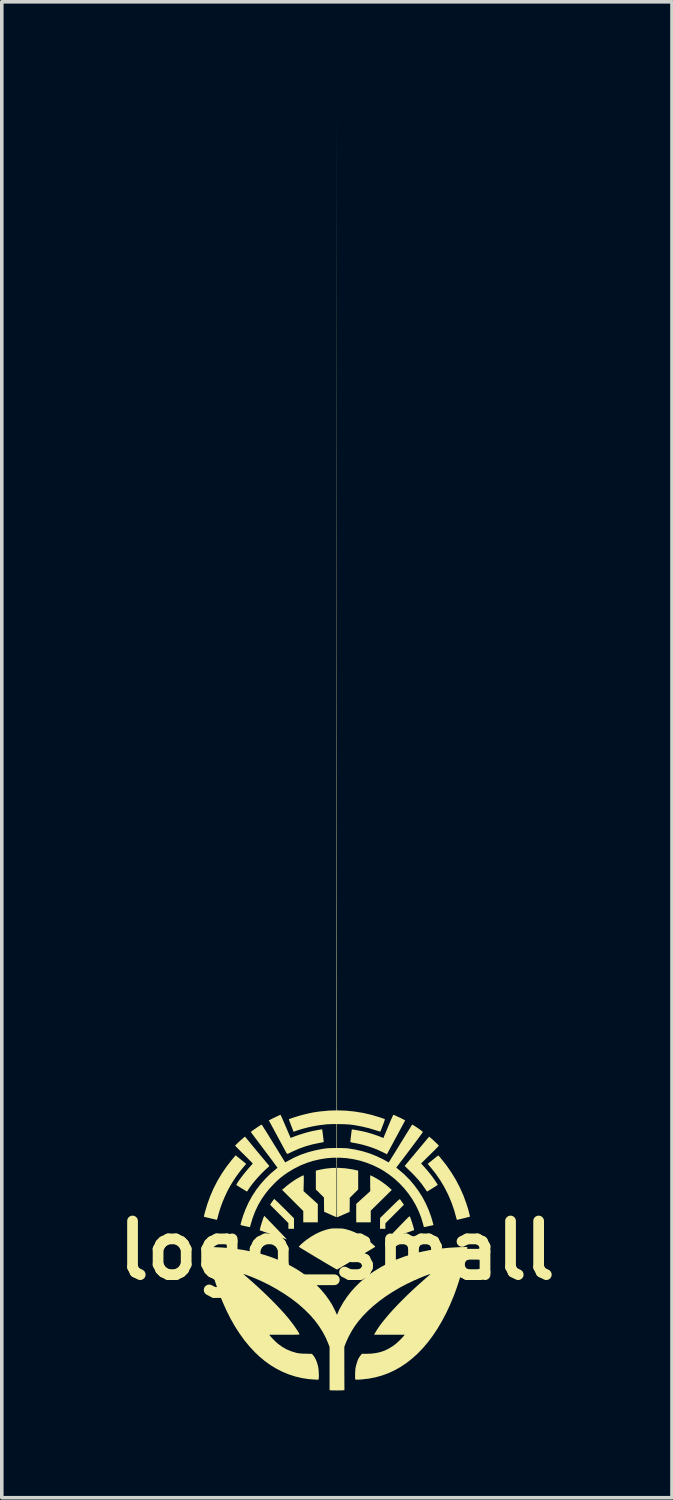
<source format=kicad_pcb>
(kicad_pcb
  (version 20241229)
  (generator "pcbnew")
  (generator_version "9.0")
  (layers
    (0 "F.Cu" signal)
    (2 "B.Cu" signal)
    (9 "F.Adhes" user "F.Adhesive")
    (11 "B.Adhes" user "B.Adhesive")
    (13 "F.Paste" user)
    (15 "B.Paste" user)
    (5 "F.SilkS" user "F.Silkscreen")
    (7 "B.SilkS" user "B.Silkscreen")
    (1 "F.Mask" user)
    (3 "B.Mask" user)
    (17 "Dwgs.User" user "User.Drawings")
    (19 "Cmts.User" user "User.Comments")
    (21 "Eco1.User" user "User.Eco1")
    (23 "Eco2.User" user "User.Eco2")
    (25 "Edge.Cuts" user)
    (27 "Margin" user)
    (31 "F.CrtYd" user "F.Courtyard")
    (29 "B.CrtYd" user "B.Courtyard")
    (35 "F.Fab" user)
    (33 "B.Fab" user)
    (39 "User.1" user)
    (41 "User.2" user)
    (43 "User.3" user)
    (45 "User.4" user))
  (footprint "logo_small"
    (layer "F.Cu")
    (at 6.371 31.919)
    (property "Reference" "logo_small" (at 0 0 0) (layer "F.SilkS") (effects (font (size 1.5 1.5) (thickness 0.3))))
    (attr board_only exclude_from_pos_files exclude_from_bom)
    (fp_poly (pts (xy -1.747 -1.434) (xy -1.73 -1.42) (xy -1.704 -1.396) (xy -1.671 -1.365) (xy -1.63 -1.326) (xy -1.585 -1.282) (xy -1.534 -1.232) (xy -1.481 -1.179) (xy -1.472 -1.171) (xy -1.199 -0.897) (xy -1.199 -0.75) (xy -1.199 -0.603) (xy -1.277 -0.603) (xy -1.356 -0.603) (xy -1.356 -0.684) (xy -1.356 -0.764) (xy -1.612 -1.02) (xy -1.868 -1.277) (xy -1.815 -1.355) (xy -1.794 -1.386) (xy -1.775 -1.412) (xy -1.761 -1.431) (xy -1.754 -1.439) (xy -1.754 -1.439)) (stroke (width 0) (type solid)) (fill yes) (layer "F.SilkS"))
    (fp_poly (pts (xy 1.766 -1.43) (xy 1.767 -1.429) (xy 1.776 -1.417) (xy 1.792 -1.395) (xy 1.812 -1.367) (xy 1.827 -1.345) (xy 1.875 -1.276) (xy 1.615 -1.016) (xy 1.356 -0.756) (xy 1.356 -0.68) (xy 1.356 -0.603) (xy 1.281 -0.603) (xy 1.207 -0.603) (xy 1.207 -0.754) (xy 1.208 -0.905) (xy 1.482 -1.175) (xy 1.544 -1.236) (xy 1.597 -1.287) (xy 1.64 -1.329) (xy 1.674 -1.363) (xy 1.702 -1.388) (xy 1.723 -1.407) (xy 1.739 -1.42) (xy 1.75 -1.428) (xy 1.758 -1.432) (xy 1.763 -1.433)) (stroke (width 0) (type solid)) (fill yes) (layer "F.SilkS"))
    (fp_poly (pts (xy 0.946 -2.096) (xy 0.968 -2.086) (xy 0.997 -2.072) (xy 1.033 -2.053) (xy 1.07 -2.033) (xy 1.108 -2.012) (xy 1.142 -1.992) (xy 1.153 -1.986) (xy 1.276 -1.905) (xy 1.398 -1.812) (xy 1.492 -1.731) (xy 1.536 -1.691) (xy 1.242 -1.401) (xy 0.948 -1.111) (xy 0.948 -0.947) (xy 0.948 -0.784) (xy 0.744 -0.784) (xy 0.541 -0.784) (xy 0.541 -1.042) (xy 0.541 -1.3) (xy 0.737 -1.479) (xy 0.934 -1.657) (xy 0.931 -1.879) (xy 0.931 -1.936) (xy 0.931 -1.987) (xy 0.931 -2.032) (xy 0.932 -2.066) (xy 0.933 -2.09) (xy 0.934 -2.1) (xy 0.935 -2.1)) (stroke (width 0) (type solid)) (fill yes) (layer "F.SilkS"))
    (fp_poly (pts (xy 0.234 -2.296) (xy 0.422 -2.269) (xy 0.521 -2.248) (xy 0.596 -2.231) (xy 0.596 -1.967) (xy 0.596 -1.704) (xy 0.478 -1.587) (xy 0.361 -1.47) (xy 0.359 -1.274) (xy 0.357 -1.079) (xy 0.184 -1.002) (xy 0.135 -0.98) (xy 0.091 -0.961) (xy 0.053 -0.945) (xy 0.024 -0.934) (xy 0.005 -0.927) (xy -0.000001 -31.919) (xy -0.01 -0.929) (xy -0.033 -0.938) (xy -0.065 -0.951) (xy -0.105 -0.969) (xy -0.151 -0.989) (xy -0.184 -1.004) (xy -0.357 -1.081) (xy -0.359 -1.279) (xy -0.361 -1.478) (xy -0.474 -1.591) (xy -0.588 -1.704) (xy -0.588 -1.967) (xy -0.588 -2.231) (xy -0.498 -2.252) (xy -0.318 -2.286) (xy -0.136 -2.305) (xy 0.048 -2.308)) (stroke (width 0) (type solid)) (fill yes) (layer "F.SilkS"))
    (fp_poly (pts (xy -0.929 -2.098) (xy -0.927 -2.089) (xy -0.926 -2.073) (xy -0.925 -2.048) (xy -0.925 -2.012) (xy -0.925 -1.964) (xy -0.926 -1.902) (xy -0.927 -1.879) (xy -0.932 -1.657) (xy -0.732 -1.477) (xy -0.533 -1.297) (xy -0.533 -1.041) (xy -0.533 -0.784) (xy -0.737 -0.784) (xy -0.94 -0.784) (xy -0.94 -0.942) (xy -0.94 -1.101) (xy -1.236 -1.397) (xy -1.532 -1.693) (xy -1.512 -1.711) (xy -1.497 -1.723) (xy -1.474 -1.743) (xy -1.447 -1.766) (xy -1.434 -1.778) (xy -1.375 -1.827) (xy -1.308 -1.878) (xy -1.237 -1.928) (xy -1.17 -1.973) (xy -1.137 -1.994) (xy -1.099 -2.016) (xy -1.059 -2.038) (xy -1.021 -2.059) (xy -0.986 -2.077) (xy -0.958 -2.09) (xy -0.939 -2.098) (xy -0.933 -2.1)) (stroke (width 0) (type solid)) (fill yes) (layer "F.SilkS"))
    (fp_poly (pts (xy -2.023 -0.958) (xy -2.007 -0.943) (xy -1.983 -0.918) (xy -1.951 -0.886) (xy -1.913 -0.847) (xy -1.871 -0.802) (xy -1.824 -0.754) (xy -1.802 -0.731) (xy -1.749 -0.676) (xy -1.696 -0.621) (xy -1.644 -0.567) (xy -1.596 -0.516) (xy -1.552 -0.471) (xy -1.516 -0.433) (xy -1.488 -0.404) (xy -1.486 -0.402) (xy -1.456 -0.371) (xy -1.432 -0.344) (xy -1.414 -0.323) (xy -1.404 -0.31) (xy -1.404 -0.306) (xy -1.413 -0.309) (xy -1.436 -0.316) (xy -1.47 -0.328) (xy -1.515 -0.343) (xy -1.569 -0.361) (xy -1.631 -0.381) (xy -1.698 -0.404) (xy -1.771 -0.429) (xy -1.783 -0.433) (xy -1.855 -0.458) (xy -1.923 -0.481) (xy -1.985 -0.502) (xy -2.039 -0.521) (xy -2.085 -0.537) (xy -2.12 -0.549) (xy -2.144 -0.558) (xy -2.154 -0.561) (xy -2.154 -0.562) (xy -2.155 -0.571) (xy -2.151 -0.593) (xy -2.144 -0.625) (xy -2.133 -0.664) (xy -2.12 -0.709) (xy -2.106 -0.756) (xy -2.091 -0.803) (xy -2.076 -0.849) (xy -2.062 -0.89) (xy -2.05 -0.924) (xy -2.039 -0.949) (xy -2.032 -0.962) (xy -2.03 -0.964)) (stroke (width 0) (type solid)) (fill yes) (layer "F.SilkS"))
    (fp_poly (pts (xy 2.039 -0.953) (xy 2.048 -0.933) (xy 2.06 -0.903) (xy 2.074 -0.865) (xy 2.089 -0.822) (xy 2.104 -0.775) (xy 2.119 -0.728) (xy 2.132 -0.683) (xy 2.144 -0.642) (xy 2.153 -0.607) (xy 2.159 -0.582) (xy 2.16 -0.568) (xy 2.16 -0.567) (xy 2.152 -0.564) (xy 2.131 -0.556) (xy 2.099 -0.545) (xy 2.057 -0.53) (xy 2.007 -0.513) (xy 1.951 -0.494) (xy 1.89 -0.473) (xy 1.826 -0.451) (xy 1.76 -0.429) (xy 1.696 -0.407) (xy 1.633 -0.385) (xy 1.574 -0.365) (xy 1.521 -0.347) (xy 1.475 -0.332) (xy 1.438 -0.319) (xy 1.411 -0.311) (xy 1.397 -0.306) (xy 1.395 -0.306) (xy 1.399 -0.311) (xy 1.412 -0.326) (xy 1.433 -0.348) (xy 1.46 -0.376) (xy 1.489 -0.406) (xy 1.518 -0.434) (xy 1.555 -0.472) (xy 1.599 -0.518) (xy 1.648 -0.568) (xy 1.701 -0.622) (xy 1.754 -0.678) (xy 1.807 -0.732) (xy 1.81 -0.735) (xy 1.867 -0.794) (xy 1.914 -0.842) (xy 1.953 -0.881) (xy 1.983 -0.91) (xy 2.005 -0.931) (xy 2.022 -0.945) (xy 2.032 -0.952) (xy 2.038 -0.954)) (stroke (width 0) (type solid)) (fill yes) (layer "F.SilkS"))
    (fp_poly (pts (xy 2.843 -2.65) (xy 2.857 -2.635) (xy 2.878 -2.612) (xy 2.902 -2.583) (xy 2.907 -2.577) (xy 3.062 -2.382) (xy 3.202 -2.18) (xy 3.329 -1.971) (xy 3.442 -1.754) (xy 3.541 -1.531) (xy 3.625 -1.3) (xy 3.626 -1.297) (xy 3.641 -1.25) (xy 3.657 -1.2) (xy 3.672 -1.148) (xy 3.686 -1.098) (xy 3.698 -1.051) (xy 3.708 -1.01) (xy 3.716 -0.977) (xy 3.72 -0.954) (xy 3.72 -0.943) (xy 3.72 -0.943) (xy 3.712 -0.941) (xy 3.691 -0.935) (xy 3.66 -0.927) (xy 3.622 -0.917) (xy 3.578 -0.906) (xy 3.533 -0.895) (xy 3.488 -0.884) (xy 3.445 -0.874) (xy 3.409 -0.865) (xy 3.38 -0.859) (xy 3.362 -0.855) (xy 3.357 -0.854) (xy 3.354 -0.861) (xy 3.349 -0.878) (xy 3.346 -0.887) (xy 3.282 -1.118) (xy 3.205 -1.341) (xy 3.114 -1.555) (xy 3.01 -1.761) (xy 2.893 -1.958) (xy 2.762 -2.147) (xy 2.618 -2.328) (xy 2.608 -2.34) (xy 2.54 -2.42) (xy 2.686 -2.538) (xy 2.727 -2.571) (xy 2.764 -2.601) (xy 2.795 -2.625) (xy 2.819 -2.643) (xy 2.833 -2.654) (xy 2.837 -2.656)) (stroke (width 0) (type solid)) (fill yes) (layer "F.SilkS"))
    (fp_poly (pts (xy -2.686 -2.542) (xy -2.645 -2.509) (xy -2.608 -2.479) (xy -2.578 -2.454) (xy -2.555 -2.435) (xy -2.542 -2.423) (xy -2.539 -2.42) (xy -2.544 -2.412) (xy -2.557 -2.395) (xy -2.576 -2.373) (xy -2.59 -2.356) (xy -2.659 -2.274) (xy -2.731 -2.182) (xy -2.803 -2.083) (xy -2.873 -1.981) (xy -2.937 -1.879) (xy -2.99 -1.791) (xy -3.067 -1.645) (xy -3.139 -1.491) (xy -3.205 -1.333) (xy -3.262 -1.174) (xy -3.309 -1.018) (xy -3.327 -0.946) (xy -3.336 -0.911) (xy -3.345 -0.882) (xy -3.353 -0.862) (xy -3.357 -0.855) (xy -3.358 -0.855) (xy -3.367 -0.857) (xy -3.39 -0.862) (xy -3.423 -0.87) (xy -3.465 -0.88) (xy -3.513 -0.891) (xy -3.541 -0.898) (xy -3.591 -0.91) (xy -3.636 -0.921) (xy -3.673 -0.93) (xy -3.701 -0.937) (xy -3.717 -0.942) (xy -3.719 -0.943) (xy -3.718 -0.951) (xy -3.714 -0.971) (xy -3.707 -1.002) (xy -3.697 -1.039) (xy -3.691 -1.065) (xy -3.623 -1.294) (xy -3.543 -1.515) (xy -3.45 -1.73) (xy -3.343 -1.939) (xy -3.223 -2.141) (xy -3.087 -2.34) (xy -2.937 -2.534) (xy -2.858 -2.628) (xy -2.831 -2.659)) (stroke (width 0) (type solid)) (fill yes) (layer "F.SilkS"))
    (fp_poly (pts (xy 2.609 -3.158) (xy 2.631 -3.14) (xy 2.658 -3.116) (xy 2.69 -3.088) (xy 2.723 -3.057) (xy 2.756 -3.026) (xy 2.788 -2.996) (xy 2.815 -2.969) (xy 2.836 -2.948) (xy 2.849 -2.934) (xy 2.852 -2.929) (xy 2.847 -2.921) (xy 2.831 -2.904) (xy 2.807 -2.879) (xy 2.775 -2.846) (xy 2.736 -2.806) (xy 2.691 -2.762) (xy 2.642 -2.713) (xy 2.604 -2.676) (xy 2.355 -2.431) (xy 2.426 -2.354) (xy 2.537 -2.227) (xy 2.64 -2.1) (xy 2.655 -2.079) (xy 2.678 -2.049) (xy 2.702 -2.014) (xy 2.728 -1.977) (xy 2.754 -1.94) (xy 2.777 -1.905) (xy 2.797 -1.874) (xy 2.812 -1.851) (xy 2.82 -1.836) (xy 2.821 -1.833) (xy 2.815 -1.828) (xy 2.797 -1.816) (xy 2.771 -1.799) (xy 2.739 -1.778) (xy 2.702 -1.755) (xy 2.663 -1.73) (xy 2.625 -1.707) (xy 2.59 -1.685) (xy 2.56 -1.667) (xy 2.537 -1.653) (xy 2.524 -1.646) (xy 2.522 -1.646) (xy 2.517 -1.652) (xy 2.505 -1.669) (xy 2.488 -1.694) (xy 2.467 -1.725) (xy 2.461 -1.733) (xy 2.378 -1.85) (xy 2.284 -1.967) (xy 2.176 -2.086) (xy 2.112 -2.152) (xy 2.072 -2.192) (xy 2.033 -2.23) (xy 1.997 -2.265) (xy 1.967 -2.294) (xy 1.945 -2.315) (xy 1.937 -2.323) (xy 1.896 -2.36) (xy 1.925 -2.397) (xy 1.936 -2.409) (xy 1.955 -2.433) (xy 1.983 -2.466) (xy 2.017 -2.508) (xy 2.058 -2.557) (xy 2.104 -2.612) (xy 2.155 -2.672) (xy 2.208 -2.736) (xy 2.264 -2.803) (xy 2.268 -2.808) (xy 2.58 -3.181)) (stroke (width 0) (type solid)) (fill yes) (layer "F.SilkS"))
    (fp_poly (pts (xy 0.252 -3.908) (xy 0.492 -3.884) (xy 0.731 -3.845) (xy 0.967 -3.791) (xy 1.201 -3.721) (xy 1.234 -3.71) (xy 1.271 -3.697) (xy 1.304 -3.685) (xy 1.328 -3.675) (xy 1.341 -3.669) (xy 1.342 -3.669) (xy 1.341 -3.66) (xy 1.335 -3.638) (xy 1.325 -3.606) (xy 1.311 -3.566) (xy 1.293 -3.519) (xy 1.287 -3.502) (xy 1.268 -3.454) (xy 1.252 -3.411) (xy 1.238 -3.375) (xy 1.227 -3.348) (xy 1.221 -3.332) (xy 1.22 -3.329) (xy 1.217 -3.325) (xy 1.21 -3.324) (xy 1.196 -3.326) (xy 1.174 -3.332) (xy 1.141 -3.342) (xy 1.096 -3.357) (xy 1.091 -3.358) (xy 0.9 -3.416) (xy 0.7 -3.464) (xy 0.496 -3.502) (xy 0.4 -3.515) (xy 0.345 -3.521) (xy 0.277 -3.525) (xy 0.201 -3.529) (xy 0.118 -3.531) (xy 0.033 -3.532) (xy -0.053 -3.533) (xy -0.135 -3.532) (xy -0.21 -3.529) (xy -0.275 -3.526) (xy -0.307 -3.523) (xy -0.476 -3.503) (xy -0.646 -3.475) (xy -0.812 -3.439) (xy -0.971 -3.397) (xy -1.119 -3.35) (xy -1.137 -3.344) (xy -1.211 -3.317) (xy -1.278 -3.489) (xy -1.296 -3.538) (xy -1.313 -3.582) (xy -1.326 -3.619) (xy -1.336 -3.646) (xy -1.342 -3.663) (xy -1.343 -3.667) (xy -1.335 -3.672) (xy -1.314 -3.68) (xy -1.282 -3.692) (xy -1.242 -3.705) (xy -1.196 -3.72) (xy -1.145 -3.736) (xy -1.091 -3.753) (xy -1.038 -3.768) (xy -0.988 -3.783) (xy -0.941 -3.795) (xy -0.911 -3.803) (xy -0.821 -3.824) (xy -0.741 -3.842) (xy -0.666 -3.857) (xy -0.591 -3.869) (xy -0.512 -3.881) (xy -0.47 -3.886) (xy -0.23 -3.909) (xy 0.011 -3.916)) (stroke (width 0) (type solid)) (fill yes) (layer "F.SilkS"))
    (fp_poly (pts (xy 1.591 -3.789) (xy 1.613 -3.78) (xy 1.643 -3.767) (xy 1.68 -3.75) (xy 1.721 -3.731) (xy 1.762 -3.712) (xy 1.802 -3.692) (xy 1.837 -3.675) (xy 1.858 -3.664) (xy 1.91 -3.636) (xy 1.728 -3.297) (xy 1.67 -3.189) (xy 1.619 -3.095) (xy 1.575 -3.012) (xy 1.537 -2.941) (xy 1.504 -2.881) (xy 1.477 -2.83) (xy 1.455 -2.789) (xy 1.437 -2.756) (xy 1.423 -2.73) (xy 1.413 -2.712) (xy 1.406 -2.699) (xy 1.402 -2.691) (xy 1.4 -2.688) (xy 1.4 -2.688) (xy 1.393 -2.692) (xy 1.374 -2.701) (xy 1.347 -2.715) (xy 1.313 -2.732) (xy 1.297 -2.74) (xy 1.125 -2.82) (xy 0.944 -2.888) (xy 0.757 -2.945) (xy 0.567 -2.99) (xy 0.488 -3.004) (xy 0.443 -3.012) (xy 0.412 -3.019) (xy 0.392 -3.025) (xy 0.381 -3.03) (xy 0.378 -3.035) (xy 0.378 -3.046) (xy 0.38 -3.068) (xy 0.383 -3.101) (xy 0.387 -3.14) (xy 0.392 -3.184) (xy 0.398 -3.229) (xy 0.403 -3.273) (xy 0.408 -3.314) (xy 0.413 -3.347) (xy 0.416 -3.371) (xy 0.418 -3.382) (xy 0.419 -3.383) (xy 0.427 -3.383) (xy 0.448 -3.38) (xy 0.48 -3.375) (xy 0.519 -3.369) (xy 0.563 -3.361) (xy 0.61 -3.352) (xy 0.656 -3.343) (xy 0.7 -3.334) (xy 0.739 -3.326) (xy 0.755 -3.323) (xy 0.878 -3.291) (xy 1.008 -3.252) (xy 1.137 -3.208) (xy 1.247 -3.165) (xy 1.301 -3.143) (xy 1.315 -3.176) (xy 1.321 -3.19) (xy 1.332 -3.218) (xy 1.348 -3.256) (xy 1.368 -3.303) (xy 1.39 -3.358) (xy 1.416 -3.418) (xy 1.442 -3.482) (xy 1.45 -3.501) (xy 1.477 -3.565) (xy 1.502 -3.624) (xy 1.525 -3.677) (xy 1.545 -3.721) (xy 1.561 -3.756) (xy 1.573 -3.78) (xy 1.579 -3.792) (xy 1.58 -3.793)) (stroke (width 0) (type solid)) (fill yes) (layer "F.SilkS"))
    (fp_poly (pts (xy 0.004 -0.615) (xy 0.061 -0.614) (xy 0.107 -0.613) (xy 0.144 -0.611) (xy 0.176 -0.607) (xy 0.206 -0.602) (xy 0.23 -0.597) (xy 0.361 -0.561) (xy 0.493 -0.51) (xy 0.625 -0.445) (xy 0.754 -0.367) (xy 0.878 -0.277) (xy 0.896 -0.264) (xy 0.932 -0.234) (xy 0.968 -0.204) (xy 1.001 -0.174) (xy 1.031 -0.147) (xy 1.054 -0.125) (xy 1.069 -0.108) (xy 1.074 -0.1) (xy 1.074 -0.1) (xy 1.066 -0.095) (xy 1.046 -0.083) (xy 1.016 -0.064) (xy 0.975 -0.04) (xy 0.926 -0.01) (xy 0.87 0.023) (xy 0.808 0.061) (xy 0.741 0.101) (xy 0.67 0.143) (xy 0.598 0.186) (xy 0.524 0.23) (xy 0.451 0.273) (xy 0.379 0.316) (xy 0.31 0.357) (xy 0.245 0.396) (xy 0.185 0.431) (xy 0.132 0.463) (xy 0.086 0.49) (xy 0.05 0.511) (xy 0.023 0.526) (xy 0.008 0.535) (xy 0.006 0.536) (xy -0.002 0.533) (xy -0.023 0.522) (xy -0.055 0.504) (xy -0.097 0.48) (xy -0.148 0.45) (xy -0.208 0.415) (xy -0.275 0.376) (xy -0.348 0.333) (xy -0.426 0.286) (xy -0.508 0.237) (xy -0.533 0.223) (xy -0.616 0.173) (xy -0.695 0.125) (xy -0.769 0.081) (xy -0.838 0.039) (xy -0.899 0.002) (xy -0.952 -0.03) (xy -0.996 -0.057) (xy -1.03 -0.078) (xy -1.053 -0.093) (xy -1.063 -0.1) (xy -1.064 -0.101) (xy -1.06 -0.109) (xy -1.045 -0.126) (xy -1.022 -0.149) (xy -0.994 -0.176) (xy -0.961 -0.205) (xy -0.926 -0.235) (xy -0.891 -0.264) (xy -0.859 -0.289) (xy -0.859 -0.29) (xy -0.725 -0.382) (xy -0.59 -0.461) (xy -0.455 -0.524) (xy -0.32 -0.572) (xy -0.227 -0.597) (xy -0.195 -0.604) (xy -0.165 -0.608) (xy -0.134 -0.612) (xy -0.099 -0.614) (xy -0.056 -0.615) (xy -0.001 -0.615)) (stroke (width 0) (type solid)) (fill yes) (layer "F.SilkS"))
    (fp_poly (pts (xy -2.522 -3.125) (xy -2.469 -3.061) (xy -2.41 -2.989) (xy -2.346 -2.911) (xy -2.279 -2.83) (xy -2.212 -2.748) (xy -2.144 -2.667) (xy -2.079 -2.589) (xy -2.018 -2.516) (xy -1.963 -2.45) (xy -1.915 -2.393) (xy -1.897 -2.372) (xy -1.892 -2.364) (xy -1.893 -2.356) (xy -1.901 -2.346) (xy -1.918 -2.329) (xy -1.936 -2.314) (xy -2.02 -2.237) (xy -2.104 -2.154) (xy -2.187 -2.066) (xy -2.267 -1.977) (xy -2.34 -1.888) (xy -2.406 -1.802) (xy -2.462 -1.722) (xy -2.48 -1.694) (xy -2.495 -1.67) (xy -2.507 -1.653) (xy -2.514 -1.646) (xy -2.515 -1.646) (xy -2.522 -1.65) (xy -2.541 -1.661) (xy -2.57 -1.678) (xy -2.605 -1.7) (xy -2.646 -1.725) (xy -2.662 -1.734) (xy -2.704 -1.76) (xy -2.742 -1.784) (xy -2.773 -1.804) (xy -2.796 -1.818) (xy -2.808 -1.826) (xy -2.81 -1.827) (xy -2.809 -1.838) (xy -2.8 -1.858) (xy -2.782 -1.888) (xy -2.758 -1.926) (xy -2.727 -1.97) (xy -2.692 -2.019) (xy -2.653 -2.071) (xy -2.611 -2.125) (xy -2.567 -2.18) (xy -2.522 -2.234) (xy -2.478 -2.286) (xy -2.443 -2.325) (xy -2.414 -2.358) (xy -2.388 -2.387) (xy -2.368 -2.41) (xy -2.356 -2.424) (xy -2.353 -2.429) (xy -2.357 -2.435) (xy -2.373 -2.452) (xy -2.397 -2.477) (xy -2.428 -2.509) (xy -2.467 -2.548) (xy -2.511 -2.593) (xy -2.56 -2.641) (xy -2.597 -2.678) (xy -2.649 -2.729) (xy -2.697 -2.776) (xy -2.74 -2.82) (xy -2.777 -2.857) (xy -2.807 -2.888) (xy -2.829 -2.911) (xy -2.842 -2.925) (xy -2.845 -2.929) (xy -2.839 -2.938) (xy -2.824 -2.954) (xy -2.801 -2.977) (xy -2.772 -3.004) (xy -2.74 -3.035) (xy -2.706 -3.066) (xy -2.671 -3.097) (xy -2.639 -3.125) (xy -2.61 -3.15) (xy -2.587 -3.168) (xy -2.573 -3.179) (xy -2.567 -3.181)) (stroke (width 0) (type solid)) (fill yes) (layer "F.SilkS"))
    (fp_poly (pts (xy -1.573 -3.786) (xy -1.563 -3.766) (xy -1.548 -3.734) (xy -1.529 -3.693) (xy -1.507 -3.642) (xy -1.482 -3.585) (xy -1.455 -3.522) (xy -1.434 -3.473) (xy -1.406 -3.407) (xy -1.379 -3.345) (xy -1.355 -3.289) (xy -1.334 -3.24) (xy -1.317 -3.2) (xy -1.304 -3.171) (xy -1.296 -3.153) (xy -1.294 -3.149) (xy -1.285 -3.149) (xy -1.266 -3.155) (xy -1.24 -3.165) (xy -1.234 -3.167) (xy -1.182 -3.188) (xy -1.117 -3.211) (xy -1.046 -3.236) (xy -0.97 -3.26) (xy -0.894 -3.283) (xy -0.821 -3.304) (xy -0.765 -3.318) (xy -0.718 -3.329) (xy -0.667 -3.341) (xy -0.616 -3.351) (xy -0.565 -3.361) (xy -0.518 -3.37) (xy -0.477 -3.377) (xy -0.444 -3.382) (xy -0.421 -3.385) (xy -0.412 -3.384) (xy -0.412 -3.384) (xy -0.41 -3.376) (xy -0.406 -3.354) (xy -0.402 -3.323) (xy -0.397 -3.284) (xy -0.391 -3.241) (xy -0.386 -3.195) (xy -0.381 -3.15) (xy -0.376 -3.109) (xy -0.372 -3.074) (xy -0.37 -3.047) (xy -0.369 -3.032) (xy -0.369 -3.029) (xy -0.377 -3.027) (xy -0.398 -3.023) (xy -0.429 -3.017) (xy -0.465 -3.01) (xy -0.47 -3.009) (xy -0.674 -2.967) (xy -0.871 -2.912) (xy -1.061 -2.844) (xy -1.242 -2.764) (xy -1.262 -2.754) (xy -1.307 -2.732) (xy -1.341 -2.715) (xy -1.365 -2.705) (xy -1.381 -2.702) (xy -1.393 -2.704) (xy -1.402 -2.712) (xy -1.411 -2.726) (xy -1.421 -2.744) (xy -1.43 -2.761) (xy -1.446 -2.79) (xy -1.467 -2.829) (xy -1.493 -2.878) (xy -1.524 -2.934) (xy -1.558 -2.997) (xy -1.594 -3.064) (xy -1.631 -3.134) (xy -1.638 -3.146) (xy -1.676 -3.217) (xy -1.714 -3.287) (xy -1.749 -3.352) (xy -1.781 -3.412) (xy -1.81 -3.465) (xy -1.834 -3.51) (xy -1.853 -3.544) (xy -1.865 -3.566) (xy -1.866 -3.568) (xy -1.904 -3.637) (xy -1.745 -3.715) (xy -1.698 -3.737) (xy -1.657 -3.757) (xy -1.622 -3.774) (xy -1.596 -3.785) (xy -1.58 -3.792) (xy -1.578 -3.793)) (stroke (width 0) (type solid)) (fill yes) (layer "F.SilkS"))
    (fp_poly (pts (xy -2.099 -3.512) (xy -2.086 -3.493) (xy -2.067 -3.463) (xy -2.041 -3.422) (xy -2.009 -3.372) (xy -1.972 -3.314) (xy -1.931 -3.248) (xy -1.887 -3.176) (xy -1.839 -3.099) (xy -1.789 -3.017) (xy -1.772 -2.989) (xy -1.721 -2.907) (xy -1.672 -2.828) (xy -1.627 -2.754) (xy -1.585 -2.686) (xy -1.547 -2.625) (xy -1.515 -2.573) (xy -1.488 -2.529) (xy -1.466 -2.495) (xy -1.452 -2.472) (xy -1.445 -2.461) (xy -1.445 -2.461) (xy -1.437 -2.464) (xy -1.419 -2.474) (xy -1.394 -2.489) (xy -1.373 -2.5) (xy -1.195 -2.595) (xy -1.009 -2.676) (xy -0.814 -2.743) (xy -0.612 -2.797) (xy -0.403 -2.838) (xy -0.29 -2.854) (xy -0.25 -2.858) (xy -0.197 -2.86) (xy -0.134 -2.862) (xy -0.066 -2.864) (xy 0.006 -2.864) (xy 0.078 -2.864) (xy 0.147 -2.862) (xy 0.209 -2.86) (xy 0.262 -2.857) (xy 0.302 -2.854) (xy 0.513 -2.82) (xy 0.718 -2.773) (xy 0.918 -2.711) (xy 1.113 -2.634) (xy 1.303 -2.542) (xy 1.4 -2.488) (xy 1.449 -2.46) (xy 1.468 -2.49) (xy 1.476 -2.501) (xy 1.49 -2.525) (xy 1.512 -2.559) (xy 1.539 -2.604) (xy 1.573 -2.658) (xy 1.611 -2.719) (xy 1.653 -2.787) (xy 1.698 -2.86) (xy 1.746 -2.938) (xy 1.794 -3.017) (xy 1.844 -3.097) (xy 1.891 -3.173) (xy 1.935 -3.245) (xy 1.976 -3.31) (xy 2.012 -3.368) (xy 2.043 -3.418) (xy 2.068 -3.459) (xy 2.087 -3.49) (xy 2.099 -3.51) (xy 2.104 -3.517) (xy 2.104 -3.517) (xy 2.109 -3.517) (xy 2.121 -3.512) (xy 2.14 -3.501) (xy 2.169 -3.483) (xy 2.208 -3.458) (xy 2.237 -3.438) (xy 2.297 -3.398) (xy 2.343 -3.364) (xy 2.377 -3.338) (xy 2.397 -3.319) (xy 2.403 -3.31) (xy 2.399 -3.303) (xy 2.386 -3.283) (xy 2.365 -3.254) (xy 2.337 -3.214) (xy 2.303 -3.167) (xy 2.262 -3.112) (xy 2.216 -3.05) (xy 2.166 -2.983) (xy 2.112 -2.911) (xy 2.055 -2.835) (xy 2.052 -2.831) (xy 1.995 -2.755) (xy 1.94 -2.682) (xy 1.888 -2.614) (xy 1.84 -2.55) (xy 1.796 -2.493) (xy 1.759 -2.444) (xy 1.728 -2.402) (xy 1.703 -2.37) (xy 1.687 -2.349) (xy 1.679 -2.338) (xy 1.679 -2.338) (xy 1.661 -2.314) (xy 1.729 -2.26) (xy 1.882 -2.129) (xy 2.025 -1.987) (xy 2.157 -1.833) (xy 2.278 -1.67) (xy 2.387 -1.499) (xy 2.483 -1.32) (xy 2.567 -1.133) (xy 2.636 -0.941) (xy 2.676 -0.806) (xy 2.702 -0.708) (xy 2.569 -0.678) (xy 2.526 -0.669) (xy 2.488 -0.661) (xy 2.459 -0.655) (xy 2.44 -0.652) (xy 2.434 -0.651) (xy 2.431 -0.66) (xy 2.426 -0.68) (xy 2.418 -0.709) (xy 2.41 -0.741) (xy 2.356 -0.922) (xy 2.287 -1.098) (xy 2.205 -1.268) (xy 2.109 -1.432) (xy 2.001 -1.589) (xy 1.881 -1.737) (xy 1.75 -1.877) (xy 1.609 -2.006) (xy 1.458 -2.124) (xy 1.297 -2.231) (xy 1.192 -2.292) (xy 1.017 -2.378) (xy 0.837 -2.45) (xy 0.654 -2.508) (xy 0.467 -2.55) (xy 0.279 -2.579) (xy 0.09 -2.592) (xy -0.1 -2.592) (xy -0.289 -2.577) (xy -0.476 -2.547) (xy -0.662 -2.504) (xy -0.844 -2.446) (xy -1.022 -2.374) (xy -1.195 -2.287) (xy -1.362 -2.187) (xy -1.406 -2.157) (xy -1.487 -2.1) (xy -1.561 -2.043) (xy -1.631 -1.983) (xy -1.703 -1.917) (xy -1.756 -1.865) (xy -1.888 -1.724) (xy -2.006 -1.577) (xy -2.111 -1.424) (xy -2.204 -1.262) (xy -2.284 -1.093) (xy -2.353 -0.913) (xy -2.411 -0.723) (xy -2.421 -0.684) (xy -2.428 -0.664) (xy -2.436 -0.652) (xy -2.439 -0.651) (xy -2.45 -0.653) (xy -2.473 -0.658) (xy -2.506 -0.665) (xy -2.545 -0.674) (xy -2.57 -0.679) (xy -2.612 -0.689) (xy -2.647 -0.697) (xy -2.674 -0.704) (xy -2.691 -0.708) (xy -2.694 -0.709) (xy -2.694 -0.718) (xy -2.689 -0.739) (xy -2.682 -0.769) (xy -2.672 -0.806) (xy -2.66 -0.848) (xy -2.648 -0.89) (xy -2.635 -0.932) (xy -2.624 -0.968) (xy -2.551 -1.16) (xy -2.465 -1.347) (xy -2.366 -1.526) (xy -2.254 -1.697) (xy -2.129 -1.859) (xy -1.994 -2.011) (xy -1.848 -2.153) (xy -1.727 -2.255) (xy -1.7 -2.276) (xy -1.679 -2.295) (xy -1.665 -2.307) (xy -1.661 -2.312) (xy -1.666 -2.319) (xy -1.679 -2.337) (xy -1.7 -2.366) (xy -1.729 -2.405) (xy -1.764 -2.453) (xy -1.805 -2.508) (xy -1.851 -2.57) (xy -1.902 -2.638) (xy -1.957 -2.71) (xy -2.014 -2.787) (xy -2.034 -2.813) (xy -2.406 -3.31) (xy -2.388 -3.327) (xy -2.376 -3.338) (xy -2.354 -3.354) (xy -2.324 -3.375) (xy -2.289 -3.399) (xy -2.252 -3.424) (xy -2.215 -3.45) (xy -2.179 -3.473) (xy -2.148 -3.493) (xy -2.124 -3.508) (xy -2.108 -3.517) (xy -2.105 -3.518)) (stroke (width 0) (type solid)) (fill yes) (layer "F.SilkS"))
    (fp_poly (pts (xy 3.646 -0.074) (xy 3.614 0.098) (xy 3.574 0.28) (xy 3.527 0.467) (xy 3.475 0.656) (xy 3.419 0.844) (xy 3.359 1.027) (xy 3.297 1.2) (xy 3.265 1.283) (xy 3.162 1.529) (xy 3.053 1.762) (xy 2.936 1.982) (xy 2.814 2.189) (xy 2.685 2.383) (xy 2.55 2.563) (xy 2.409 2.73) (xy 2.262 2.883) (xy 2.109 3.021) (xy 1.951 3.146) (xy 1.787 3.256) (xy 1.619 3.351) (xy 1.611 3.355) (xy 1.44 3.434) (xy 1.263 3.499) (xy 1.082 3.549) (xy 0.894 3.586) (xy 0.7 3.608) (xy 0.646 3.612) (xy 0.596 3.615) (xy 0.56 3.616) (xy 0.536 3.615) (xy 0.522 3.614) (xy 0.516 3.61) (xy 0.513 3.597) (xy 0.511 3.572) (xy 0.51 3.537) (xy 0.51 3.495) (xy 0.51 3.45) (xy 0.512 3.404) (xy 0.515 3.361) (xy 0.518 3.323) (xy 0.521 3.299) (xy 0.53 3.248) (xy 0.545 3.192) (xy 0.562 3.135) (xy 0.58 3.081) (xy 0.599 3.036) (xy 0.611 3.013) (xy 0.63 2.983) (xy 0.653 2.951) (xy 0.667 2.932) (xy 0.699 2.892) (xy 0.833 2.892) (xy 0.971 2.886) (xy 1.099 2.87) (xy 1.219 2.843) (xy 1.333 2.804) (xy 1.443 2.751) (xy 1.55 2.686) (xy 1.606 2.646) (xy 1.652 2.61) (xy 1.704 2.564) (xy 1.757 2.514) (xy 1.808 2.463) (xy 1.852 2.414) (xy 1.864 2.4) (xy 1.898 2.359) (xy 1.469 2.359) (xy 1.041 2.359) (xy 1.07 2.306) (xy 1.125 2.215) (xy 1.192 2.116) (xy 1.271 2.01) (xy 1.362 1.898) (xy 1.463 1.779) (xy 1.574 1.655) (xy 1.695 1.526) (xy 1.825 1.393) (xy 1.963 1.257) (xy 2.109 1.118) (xy 2.263 0.977) (xy 2.423 0.834) (xy 2.475 0.788) (xy 2.515 0.753) (xy 2.55 0.722) (xy 2.58 0.696) (xy 2.602 0.676) (xy 2.615 0.664) (xy 2.617 0.662) (xy 2.61 0.662) (xy 2.59 0.667) (xy 2.558 0.678) (xy 2.516 0.693) (xy 2.464 0.713) (xy 2.405 0.736) (xy 2.18 0.831) (xy 1.962 0.935) (xy 1.752 1.046) (xy 1.55 1.166) (xy 1.359 1.291) (xy 1.18 1.423) (xy 1.013 1.559) (xy 0.868 1.692) (xy 0.733 1.83) (xy 0.613 1.969) (xy 0.507 2.11) (xy 0.414 2.256) (xy 0.332 2.407) (xy 0.26 2.564) (xy 0.236 2.625) (xy 0.208 2.7) (xy 0.209 3.304) (xy 0.211 3.908) (xy 0.163 3.913) (xy 0.138 3.915) (xy 0.101 3.916) (xy 0.056 3.916) (xy 0.007 3.917) (xy -0.044 3.916) (xy -0.092 3.916) (xy -0.133 3.915) (xy -0.164 3.913) (xy -0.174 3.912) (xy -0.204 3.909) (xy -0.204 3.306) (xy -0.204 2.703) (xy -0.24 2.607) (xy -0.312 2.439) (xy -0.399 2.275) (xy -0.501 2.115) (xy -0.618 1.958) (xy -0.75 1.806) (xy -0.898 1.659) (xy -1.06 1.515) (xy -1.117 1.468) (xy -1.294 1.334) (xy -1.484 1.205) (xy -1.685 1.082) (xy -1.894 0.966) (xy -2.11 0.86) (xy -2.329 0.764) (xy -2.363 0.751) (xy -2.411 0.731) (xy -2.46 0.713) (xy -2.505 0.696) (xy -2.545 0.681) (xy -2.578 0.67) (xy -2.602 0.663) (xy -2.613 0.66) (xy -2.614 0.66) (xy -2.609 0.666) (xy -2.594 0.68) (xy -2.571 0.7) (xy -2.543 0.725) (xy -2.525 0.741) (xy -2.375 0.872) (xy -2.227 1.005) (xy -2.082 1.14) (xy -1.943 1.273) (xy -1.809 1.405) (xy -1.684 1.533) (xy -1.568 1.657) (xy -1.461 1.774) (xy -1.37 1.881) (xy -1.324 1.938) (xy -1.277 1.999) (xy -1.23 2.06) (xy -1.187 2.12) (xy -1.146 2.178) (xy -1.111 2.231) (xy -1.081 2.278) (xy -1.059 2.316) (xy -1.046 2.344) (xy -1.046 2.345) (xy -1.045 2.348) (xy -1.047 2.35) (xy -1.053 2.353) (xy -1.063 2.354) (xy -1.079 2.356) (xy -1.103 2.357) (xy -1.135 2.357) (xy -1.176 2.358) (xy -1.229 2.358) (xy -1.293 2.359) (xy -1.37 2.359) (xy -1.462 2.359) (xy -1.465 2.359) (xy -1.89 2.359) (xy -1.872 2.384) (xy -1.855 2.404) (xy -1.83 2.433) (xy -1.799 2.466) (xy -1.764 2.502) (xy -1.727 2.538) (xy -1.693 2.571) (xy -1.662 2.599) (xy -1.646 2.613) (xy -1.531 2.696) (xy -1.41 2.765) (xy -1.282 2.82) (xy -1.148 2.861) (xy -1.114 2.869) (xy -1.081 2.875) (xy -1.044 2.88) (xy -1.002 2.884) (xy -0.951 2.887) (xy -0.888 2.889) (xy -0.868 2.889) (xy -0.697 2.894) (xy -0.668 2.927) (xy -0.624 2.986) (xy -0.586 3.059) (xy -0.554 3.141) (xy -0.529 3.231) (xy -0.521 3.273) (xy -0.515 3.313) (xy -0.51 3.359) (xy -0.507 3.41) (xy -0.504 3.46) (xy -0.503 3.507) (xy -0.504 3.547) (xy -0.506 3.577) (xy -0.507 3.585) (xy -0.514 3.616) (xy -0.592 3.614) (xy -0.786 3.6) (xy -0.976 3.571) (xy -1.162 3.527) (xy -1.344 3.468) (xy -1.522 3.395) (xy -1.694 3.307) (xy -1.862 3.205) (xy -2.023 3.088) (xy -2.178 2.958) (xy -2.288 2.853) (xy -2.44 2.691) (xy -2.584 2.516) (xy -2.72 2.327) (xy -2.85 2.126) (xy -2.972 1.912) (xy -3.087 1.684) (xy -3.195 1.442) (xy -3.297 1.187) (xy -3.391 0.917) (xy -3.478 0.634) (xy -3.51 0.521) (xy -3.521 0.478) (xy -3.534 0.426) (xy -3.548 0.368) (xy -3.563 0.306) (xy -3.578 0.242) (xy -3.592 0.178) (xy -3.605 0.116) (xy -3.617 0.058) (xy -3.628 0.007) (xy -3.636 -0.036) (xy -3.641 -0.068) (xy -3.644 -0.087) (xy -3.644 -0.089) (xy -3.636 -0.091) (xy -3.615 -0.093) (xy -3.582 -0.093) (xy -3.539 -0.093) (xy -3.487 -0.092) (xy -3.43 -0.09) (xy -3.368 -0.088) (xy -3.304 -0.085) (xy -3.239 -0.081) (xy -3.175 -0.078) (xy -3.131 -0.074) (xy -2.86 -0.048) (xy -2.598 -0.009) (xy -2.345 0.042) (xy -2.1 0.104) (xy -1.865 0.178) (xy -1.64 0.264) (xy -1.425 0.362) (xy -1.411 0.369) (xy -1.252 0.453) (xy -1.106 0.538) (xy -0.97 0.627) (xy -0.842 0.722) (xy -0.718 0.826) (xy -0.596 0.939) (xy -0.563 0.971) (xy -0.435 1.107) (xy -0.319 1.246) (xy -0.217 1.387) (xy -0.129 1.529) (xy -0.056 1.672) (xy -0.038 1.711) (xy -0.024 1.744) (xy -0.011 1.772) (xy -0.002 1.791) (xy 0.002 1.799) (xy 0.006 1.794) (xy 0.014 1.778) (xy 0.023 1.756) (xy 0.033 1.73) (xy 0.049 1.695) (xy 0.067 1.656) (xy 0.085 1.621) (xy 0.176 1.459) (xy 0.281 1.302) (xy 0.399 1.15) (xy 0.531 1.005) (xy 0.674 0.867) (xy 0.828 0.737) (xy 0.992 0.616) (xy 1.03 0.59) (xy 1.226 0.469) (xy 1.431 0.36) (xy 1.645 0.263) (xy 1.87 0.178) (xy 2.104 0.104) (xy 2.348 0.042) (xy 2.603 -0.009) (xy 2.868 -0.047) (xy 3.143 -0.074) (xy 3.429 -0.09) (xy 3.469 -0.091) (xy 3.65 -0.096)) (stroke (width 0) (type solid)) (fill yes) (layer "F.SilkS")))
  (gr_rect
    (start -3 -3)
    (end 15.743 38.836)
    (stroke (width 0.1) (type default))
    (fill no)
    (layer "Edge.Cuts")))
</source>
